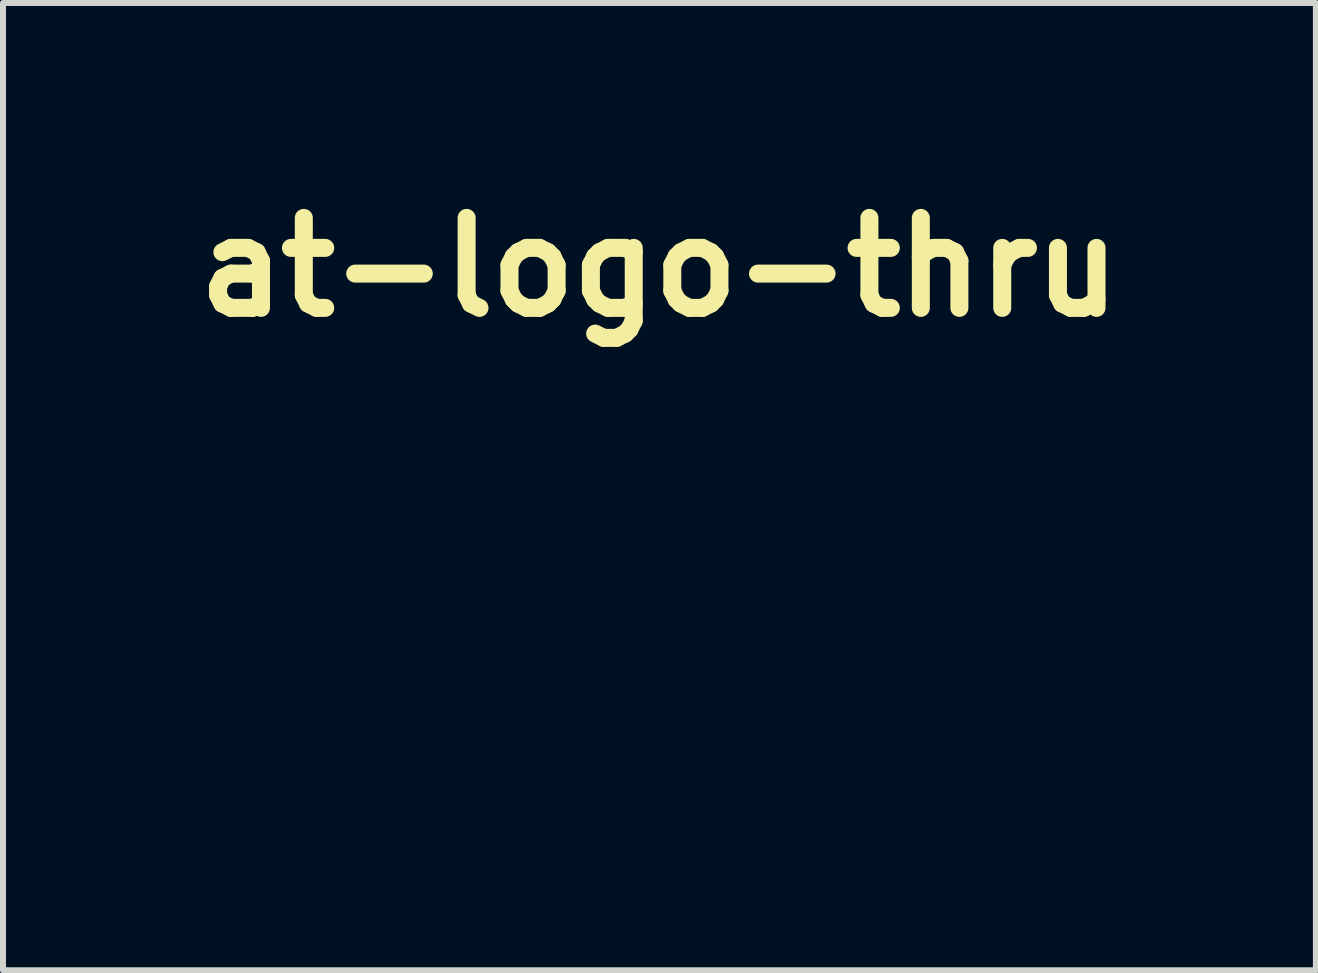
<source format=kicad_pcb>
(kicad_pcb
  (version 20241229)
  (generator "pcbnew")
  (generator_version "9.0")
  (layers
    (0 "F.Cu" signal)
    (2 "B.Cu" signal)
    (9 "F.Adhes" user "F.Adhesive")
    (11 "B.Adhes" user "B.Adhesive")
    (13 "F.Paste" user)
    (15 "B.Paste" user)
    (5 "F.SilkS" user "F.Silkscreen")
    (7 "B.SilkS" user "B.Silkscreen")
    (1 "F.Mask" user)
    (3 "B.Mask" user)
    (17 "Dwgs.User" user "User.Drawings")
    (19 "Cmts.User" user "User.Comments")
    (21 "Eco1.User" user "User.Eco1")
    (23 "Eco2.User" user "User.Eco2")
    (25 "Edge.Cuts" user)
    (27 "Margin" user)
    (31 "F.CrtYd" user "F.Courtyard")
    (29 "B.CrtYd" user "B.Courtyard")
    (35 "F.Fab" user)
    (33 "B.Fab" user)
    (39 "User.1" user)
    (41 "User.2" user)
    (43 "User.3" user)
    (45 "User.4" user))
  (footprint "at-logo-thru"
    (layer "F.Cu")
    (at 7.943 7.304)
    (property "Reference" "at-logo-thru" (at 0 -5.9 0) (layer "F.SilkS") (effects (font (size 1.5 1.5) (thickness 0.3))))
    (attr board_only exclude_from_pos_files exclude_from_bom)
    (fp_poly (pts (xy -3.248 2.165) (xy -3.122 2.198) (xy -3.012 2.258) (xy -2.926 2.342) (xy -2.914 2.359) (xy -2.86 2.44) (xy -3.321 2.44) (xy -3.487 2.439) (xy -3.617 2.437) (xy -3.71 2.432) (xy -3.765 2.426) (xy -3.781 2.42) (xy -3.765 2.382) (xy -3.724 2.333) (xy -3.666 2.28) (xy -3.601 2.232) (xy -3.538 2.197) (xy -3.517 2.189) (xy -3.383 2.161)) (stroke (width 0) (type solid)) (fill yes) (layer "F.Mask"))
    (fp_poly (pts (xy -3.233 1.587) (xy -3.107 1.622) (xy -2.998 1.684) (xy -2.914 1.768) (xy -2.895 1.798) (xy -2.859 1.86) (xy -3.32 1.86) (xy -3.481 1.859) (xy -3.604 1.857) (xy -3.693 1.854) (xy -3.75 1.849) (xy -3.777 1.842) (xy -3.781 1.837) (xy -3.766 1.803) (xy -3.725 1.757) (xy -3.67 1.705) (xy -3.608 1.656) (xy -3.549 1.619) (xy -3.511 1.602) (xy -3.371 1.58)) (stroke (width 0) (type solid)) (fill yes) (layer "F.Mask"))
    (fp_poly (pts (xy -4.289 1.881) (xy -4.174 1.92) (xy -4.077 1.979) (xy -4.005 2.056) (xy -3.991 2.08) (xy -3.96 2.14) (xy -4.421 2.14) (xy -4.568 2.14) (xy -4.68 2.139) (xy -4.761 2.137) (xy -4.816 2.134) (xy -4.849 2.13) (xy -4.864 2.123) (xy -4.867 2.114) (xy -4.863 2.105) (xy -4.819 2.045) (xy -4.754 1.982) (xy -4.683 1.929) (xy -4.651 1.911) (xy -4.536 1.875) (xy -4.413 1.865)) (stroke (width 0) (type solid)) (fill yes) (layer "F.Mask"))
    (fp_poly (pts (xy -2.161 2.001) (xy -2.038 2.003) (xy -1.949 2.006) (xy -1.892 2.011) (xy -1.865 2.018) (xy -1.861 2.023) (xy -1.876 2.057) (xy -1.917 2.103) (xy -1.972 2.155) (xy -2.034 2.204) (xy -2.093 2.241) (xy -2.131 2.258) (xy -2.223 2.274) (xy -2.327 2.278) (xy -2.427 2.271) (xy -2.508 2.253) (xy -2.52 2.248) (xy -2.627 2.188) (xy -2.712 2.112) (xy -2.747 2.062) (xy -2.783 2) (xy -2.322 2)) (stroke (width 0) (type solid)) (fill yes) (layer "F.Mask"))
    (fp_poly (pts (xy -4.264 1.316) (xy -4.233 1.324) (xy -4.184 1.348) (xy -4.124 1.388) (xy -4.062 1.438) (xy -4.008 1.489) (xy -3.972 1.533) (xy -3.961 1.559) (xy -3.981 1.567) (xy -4.04 1.573) (xy -4.139 1.577) (xy -4.278 1.579) (xy -4.422 1.58) (xy -4.575 1.58) (xy -4.691 1.578) (xy -4.775 1.575) (xy -4.83 1.571) (xy -4.861 1.566) (xy -4.87 1.558) (xy -4.869 1.555) (xy -4.785 1.444) (xy -4.677 1.363) (xy -4.551 1.313) (xy -4.411 1.297)) (stroke (width 0) (type solid)) (fill yes) (layer "F.Mask"))
    (fp_poly (pts (xy -4.258 0.736) (xy -4.231 0.742) (xy -4.181 0.765) (xy -4.121 0.806) (xy -4.06 0.856) (xy -4.007 0.907) (xy -3.971 0.952) (xy -3.961 0.977) (xy -3.974 0.985) (xy -4.015 0.991) (xy -4.087 0.996) (xy -4.191 0.998) (xy -4.332 1) (xy -4.422 1) (xy -4.575 1) (xy -4.691 0.998) (xy -4.775 0.995) (xy -4.83 0.991) (xy -4.861 0.986) (xy -4.87 0.978) (xy -4.869 0.975) (xy -4.785 0.864) (xy -4.677 0.783) (xy -4.55 0.733) (xy -4.409 0.717)) (stroke (width 0) (type solid)) (fill yes) (layer "F.Mask"))
    (fp_poly (pts (xy -3.262 1.012) (xy -3.134 1.044) (xy -3.019 1.103) (xy -2.942 1.172) (xy -2.908 1.211) (xy -2.887 1.242) (xy -2.882 1.264) (xy -2.896 1.28) (xy -2.934 1.29) (xy -2.998 1.296) (xy -3.093 1.299) (xy -3.222 1.3) (xy -3.331 1.3) (xy -3.46 1.3) (xy -3.575 1.298) (xy -3.67 1.296) (xy -3.739 1.294) (xy -3.776 1.291) (xy -3.781 1.289) (xy -3.767 1.246) (xy -3.73 1.191) (xy -3.68 1.135) (xy -3.639 1.101) (xy -3.524 1.04) (xy -3.395 1.011)) (stroke (width 0) (type solid)) (fill yes) (layer "F.Mask"))
    (fp_poly (pts (xy -2.146 0.861) (xy -2.018 0.864) (xy -1.927 0.868) (xy -1.875 0.874) (xy -1.861 0.881) (xy -1.874 0.904) (xy -1.909 0.946) (xy -1.949 0.989) (xy -2.052 1.067) (xy -2.175 1.118) (xy -2.306 1.139) (xy -2.434 1.129) (xy -2.461 1.121) (xy -2.591 1.062) (xy -2.698 0.971) (xy -2.698 0.97) (xy -2.735 0.924) (xy -2.758 0.889) (xy -2.761 0.879) (xy -2.742 0.873) (xy -2.685 0.868) (xy -2.596 0.864) (xy -2.476 0.861) (xy -2.329 0.86) (xy -2.311 0.86)) (stroke (width 0) (type solid)) (fill yes) (layer "F.Mask"))
    (fp_poly (pts (xy -1.263 0.577) (xy -1.14 0.623) (xy -1.033 0.699) (xy -1.004 0.73) (xy -0.97 0.77) (xy -0.948 0.801) (xy -0.942 0.824) (xy -0.956 0.84) (xy -0.993 0.85) (xy -1.057 0.856) (xy -1.151 0.859) (xy -1.28 0.86) (xy -1.391 0.86) (xy -1.538 0.86) (xy -1.65 0.859) (xy -1.731 0.856) (xy -1.786 0.853) (xy -1.819 0.847) (xy -1.836 0.84) (xy -1.841 0.83) (xy -1.841 0.829) (xy -1.828 0.8) (xy -1.793 0.754) (xy -1.753 0.71) (xy -1.645 0.63) (xy -1.523 0.581) (xy -1.393 0.563)) (stroke (width 0) (type solid)) (fill yes) (layer "F.Mask"))
    (fp_poly (pts (xy -3.206 0.437) (xy -3.084 0.485) (xy -2.98 0.557) (xy -2.966 0.57) (xy -2.921 0.615) (xy -2.891 0.651) (xy -2.88 0.677) (xy -2.89 0.696) (xy -2.924 0.708) (xy -2.986 0.715) (xy -3.08 0.719) (xy -3.208 0.72) (xy -3.331 0.72) (xy -3.478 0.72) (xy -3.59 0.719) (xy -3.671 0.716) (xy -3.726 0.713) (xy -3.759 0.707) (xy -3.776 0.7) (xy -3.781 0.69) (xy -3.781 0.689) (xy -3.768 0.66) (xy -3.733 0.614) (xy -3.693 0.571) (xy -3.588 0.492) (xy -3.464 0.439) (xy -3.334 0.42) (xy -3.331 0.42)) (stroke (width 0) (type solid)) (fill yes) (layer "F.Mask"))
    (fp_poly (pts (xy -2.182 1.441) (xy -2.067 1.442) (xy -1.972 1.445) (xy -1.903 1.449) (xy -1.866 1.453) (xy -1.861 1.455) (xy -1.876 1.488) (xy -1.913 1.535) (xy -1.965 1.587) (xy -2.021 1.633) (xy -2.068 1.664) (xy -2.155 1.693) (xy -2.263 1.71) (xy -2.376 1.713) (xy -2.477 1.7) (xy -2.489 1.696) (xy -2.538 1.674) (xy -2.598 1.634) (xy -2.659 1.585) (xy -2.713 1.534) (xy -2.75 1.49) (xy -2.761 1.464) (xy -2.75 1.455) (xy -2.714 1.449) (xy -2.649 1.445) (xy -2.554 1.442) (xy -2.424 1.44) (xy -2.311 1.44)) (stroke (width 0) (type solid)) (fill yes) (layer "F.Mask"))
    (fp_poly (pts (xy 1.933 0.998) (xy 2.034 1.049) (xy 2.114 1.133) (xy 2.174 1.249) (xy 2.211 1.394) (xy 2.226 1.556) (xy 2.226 1.637) (xy 2.219 1.7) (xy 2.202 1.759) (xy 2.17 1.832) (xy 2.155 1.865) (xy 2.072 2.013) (xy 1.981 2.129) (xy 1.884 2.213) (xy 1.783 2.262) (xy 1.682 2.275) (xy 1.588 2.252) (xy 1.5 2.193) (xy 1.432 2.102) (xy 1.385 1.979) (xy 1.359 1.821) (xy 1.352 1.65) (xy 1.354 1.539) (xy 1.361 1.456) (xy 1.373 1.389) (xy 1.394 1.325) (xy 1.398 1.313) (xy 1.465 1.182) (xy 1.552 1.081) (xy 1.656 1.014) (xy 1.774 0.983) (xy 1.815 0.98)) (stroke (width 0) (type solid)) (fill yes) (layer "F.Mask"))
    (fp_poly (pts (xy 1.204 0.425) (xy 3.329 0.43) (xy 3.334 1.625) (xy 3.339 2.82) (xy 1.209 2.82) (xy -0.921 2.82) (xy -0.92 2.415) (xy -0.92 2.274) (xy -0.918 2.169) (xy -0.915 2.098) (xy -0.91 2.058) (xy -0.904 2.044) (xy -0.898 2.05) (xy -0.824 2.144) (xy -0.723 2.216) (xy -0.603 2.262) (xy -0.47 2.282) (xy -0.334 2.271) (xy -0.279 2.257) (xy -0.194 2.218) (xy -0.111 2.156) (xy -0.047 2.086) (xy -0.03 2.058) (xy 0 2) (xy -0.921 2) (xy -1.108 2) (xy -1.283 1.999) (xy -1.441 1.997) (xy -1.578 1.995) (xy -1.691 1.992) (xy -1.775 1.989) (xy -1.826 1.986) (xy -1.841 1.983) (xy -1.829 1.955) (xy -1.799 1.911) (xy -1.761 1.864) (xy -1.724 1.826) (xy -1.721 1.824) (xy -1.624 1.765) (xy -1.505 1.73) (xy -1.376 1.719) (xy -1.247 1.735) (xy -1.147 1.769) (xy -1.041 1.837) (xy -0.982 1.902) (xy -0.921 1.986) (xy -0.921 1.72) (xy -0.921 1.454) (xy -0.863 1.534) (xy -0.777 1.622) (xy -0.668 1.679) (xy -0.533 1.707) (xy -0.461 1.71) (xy -0.356 1.7) (xy 1.091 1.7) (xy 1.104 1.902) (xy 1.142 2.076) (xy 1.205 2.221) (xy 1.292 2.336) (xy 1.39 2.412) (xy 1.508 2.461) (xy 1.637 2.482) (xy 1.767 2.476) (xy 1.886 2.441) (xy 1.94 2.412) (xy 2.067 2.306) (xy 2.174 2.173) (xy 2.192 2.145) (xy 2.224 2.096) (xy 2.25 2.065) (xy 2.259 2.06) (xy 2.269 2.078) (xy 2.281 2.125) (xy 2.289 2.175) (xy 2.309 2.292) (xy 2.34 2.374) (xy 2.385 2.427) (xy 2.451 2.456) (xy 2.541 2.465) (xy 2.563 2.465) (xy 2.672 2.45) (xy 2.774 2.409) (xy 2.857 2.35) (xy 2.892 2.308) (xy 2.913 2.27) (xy 2.908 2.243) (xy 2.884 2.216) (xy 2.842 2.175) (xy 2.771 2.219) (xy 2.69 2.252) (xy 2.634 2.256) (xy 2.583 2.238) (xy 2.54 2.194) (xy 2.507 2.119) (xy 2.48 2.011) (xy 2.459 1.867) (xy 2.456 1.837) (xy 2.432 1.605) (xy 2.626 1.245) (xy 2.684 1.134) (xy 2.736 1.032) (xy 2.777 0.947) (xy 2.806 0.882) (xy 2.819 0.846) (xy 2.819 0.843) (xy 2.815 0.819) (xy 2.798 0.806) (xy 2.757 0.801) (xy 2.701 0.8) (xy 2.627 0.804) (xy 2.578 0.816) (xy 2.565 0.825) (xy 2.549 0.853) (xy 2.523 0.909) (xy 2.49 0.984) (xy 2.468 1.035) (xy 2.433 1.112) (xy 2.405 1.174) (xy 2.385 1.212) (xy 2.378 1.22) (xy 2.366 1.203) (xy 2.346 1.159) (xy 2.329 1.115) (xy 2.279 1.017) (xy 2.206 0.925) (xy 2.12 0.851) (xy 2.032 0.804) (xy 2.016 0.799) (xy 1.857 0.775) (xy 1.699 0.787) (xy 1.548 0.833) (xy 1.412 0.911) (xy 1.298 1.018) (xy 1.294 1.024) (xy 1.21 1.144) (xy 1.15 1.271) (xy 1.112 1.413) (xy 1.094 1.579) (xy 1.091 1.7) (xy -0.356 1.7) (xy -0.315 1.696) (xy -0.195 1.653) (xy -0.098 1.581) (xy -0.058 1.532) (xy 0.002 1.45) (xy -0.92 1.445) (xy -1.107 1.444) (xy -1.282 1.442) (xy -1.44 1.44) (xy -1.578 1.438) (xy -1.69 1.436) (xy -1.774 1.433) (xy -1.826 1.431) (xy -1.841 1.429) (xy -1.827 1.388) (xy -1.793 1.335) (xy -1.747 1.281) (xy -1.712 1.249) (xy -1.625 1.199) (xy -1.521 1.161) (xy -1.418 1.141) (xy -1.391 1.14) (xy -1.266 1.157) (xy -1.146 1.203) (xy -1.041 1.274) (xy -0.962 1.362) (xy -0.958 1.369) (xy -0.921 1.43) (xy -0.921 1.15) (xy -0.92 0.87) (xy -0.88 0.933) (xy -0.805 1.015) (xy -0.702 1.081) (xy -0.581 1.123) (xy -0.574 1.124) (xy -0.44 1.136) (xy -0.31 1.116) (xy -0.191 1.067) (xy -0.092 0.994) (xy -0.037 0.925) (xy 0.003 0.86) (xy -0.459 0.86) (xy -0.921 0.86) (xy -0.921 0.64) (xy -0.921 0.42)) (stroke (width 0) (type solid)) (fill yes) (layer "F.Mask"))
    (fp_poly (pts (xy -3.248 2.165) (xy -3.122 2.198) (xy -3.012 2.258) (xy -2.926 2.342) (xy -2.914 2.359) (xy -2.86 2.44) (xy -3.321 2.44) (xy -3.487 2.439) (xy -3.617 2.437) (xy -3.71 2.432) (xy -3.765 2.426) (xy -3.781 2.42) (xy -3.765 2.382) (xy -3.724 2.333) (xy -3.666 2.28) (xy -3.601 2.232) (xy -3.538 2.197) (xy -3.517 2.189) (xy -3.383 2.161)) (stroke (width 0) (type solid)) (fill yes) (layer "B.Mask"))
    (fp_poly (pts (xy -3.233 1.587) (xy -3.107 1.622) (xy -2.998 1.684) (xy -2.914 1.768) (xy -2.895 1.798) (xy -2.859 1.86) (xy -3.32 1.86) (xy -3.481 1.859) (xy -3.604 1.857) (xy -3.693 1.854) (xy -3.75 1.849) (xy -3.777 1.842) (xy -3.781 1.837) (xy -3.766 1.803) (xy -3.725 1.757) (xy -3.67 1.705) (xy -3.608 1.656) (xy -3.549 1.619) (xy -3.511 1.602) (xy -3.371 1.58)) (stroke (width 0) (type solid)) (fill yes) (layer "B.Mask"))
    (fp_poly (pts (xy -4.289 1.881) (xy -4.174 1.92) (xy -4.077 1.979) (xy -4.005 2.056) (xy -3.991 2.08) (xy -3.96 2.14) (xy -4.421 2.14) (xy -4.568 2.14) (xy -4.68 2.139) (xy -4.761 2.137) (xy -4.816 2.134) (xy -4.849 2.13) (xy -4.864 2.123) (xy -4.867 2.114) (xy -4.863 2.105) (xy -4.819 2.045) (xy -4.754 1.982) (xy -4.683 1.929) (xy -4.651 1.911) (xy -4.536 1.875) (xy -4.413 1.865)) (stroke (width 0) (type solid)) (fill yes) (layer "B.Mask"))
    (fp_poly (pts (xy -2.161 2.001) (xy -2.038 2.003) (xy -1.949 2.006) (xy -1.892 2.011) (xy -1.865 2.018) (xy -1.861 2.023) (xy -1.876 2.057) (xy -1.917 2.103) (xy -1.972 2.155) (xy -2.034 2.204) (xy -2.093 2.241) (xy -2.131 2.258) (xy -2.223 2.274) (xy -2.327 2.278) (xy -2.427 2.271) (xy -2.508 2.253) (xy -2.52 2.248) (xy -2.627 2.188) (xy -2.712 2.112) (xy -2.747 2.062) (xy -2.783 2) (xy -2.322 2)) (stroke (width 0) (type solid)) (fill yes) (layer "B.Mask"))
    (fp_poly (pts (xy -4.264 1.316) (xy -4.233 1.324) (xy -4.184 1.348) (xy -4.124 1.388) (xy -4.062 1.438) (xy -4.008 1.489) (xy -3.972 1.533) (xy -3.961 1.559) (xy -3.981 1.567) (xy -4.04 1.573) (xy -4.139 1.577) (xy -4.278 1.579) (xy -4.422 1.58) (xy -4.575 1.58) (xy -4.691 1.578) (xy -4.775 1.575) (xy -4.83 1.571) (xy -4.861 1.566) (xy -4.87 1.558) (xy -4.869 1.555) (xy -4.785 1.444) (xy -4.677 1.363) (xy -4.551 1.313) (xy -4.411 1.297)) (stroke (width 0) (type solid)) (fill yes) (layer "B.Mask"))
    (fp_poly (pts (xy -4.258 0.736) (xy -4.231 0.742) (xy -4.181 0.765) (xy -4.121 0.806) (xy -4.06 0.856) (xy -4.007 0.907) (xy -3.971 0.952) (xy -3.961 0.977) (xy -3.974 0.985) (xy -4.015 0.991) (xy -4.087 0.996) (xy -4.191 0.998) (xy -4.332 1) (xy -4.422 1) (xy -4.575 1) (xy -4.691 0.998) (xy -4.775 0.995) (xy -4.83 0.991) (xy -4.861 0.986) (xy -4.87 0.978) (xy -4.869 0.975) (xy -4.785 0.864) (xy -4.677 0.783) (xy -4.55 0.733) (xy -4.409 0.717)) (stroke (width 0) (type solid)) (fill yes) (layer "B.Mask"))
    (fp_poly (pts (xy -3.262 1.012) (xy -3.134 1.044) (xy -3.019 1.103) (xy -2.942 1.172) (xy -2.908 1.211) (xy -2.887 1.242) (xy -2.882 1.264) (xy -2.896 1.28) (xy -2.934 1.29) (xy -2.998 1.296) (xy -3.093 1.299) (xy -3.222 1.3) (xy -3.331 1.3) (xy -3.46 1.3) (xy -3.575 1.298) (xy -3.67 1.296) (xy -3.739 1.294) (xy -3.776 1.291) (xy -3.781 1.289) (xy -3.767 1.246) (xy -3.73 1.191) (xy -3.68 1.135) (xy -3.639 1.101) (xy -3.524 1.04) (xy -3.395 1.011)) (stroke (width 0) (type solid)) (fill yes) (layer "B.Mask"))
    (fp_poly (pts (xy -2.146 0.861) (xy -2.018 0.864) (xy -1.927 0.868) (xy -1.875 0.874) (xy -1.861 0.881) (xy -1.874 0.904) (xy -1.909 0.946) (xy -1.949 0.989) (xy -2.052 1.067) (xy -2.175 1.118) (xy -2.306 1.139) (xy -2.434 1.129) (xy -2.461 1.121) (xy -2.591 1.062) (xy -2.698 0.971) (xy -2.698 0.97) (xy -2.735 0.924) (xy -2.758 0.889) (xy -2.761 0.879) (xy -2.742 0.873) (xy -2.685 0.868) (xy -2.596 0.864) (xy -2.476 0.861) (xy -2.329 0.86) (xy -2.311 0.86)) (stroke (width 0) (type solid)) (fill yes) (layer "B.Mask"))
    (fp_poly (pts (xy -1.263 0.577) (xy -1.14 0.623) (xy -1.033 0.699) (xy -1.004 0.73) (xy -0.97 0.77) (xy -0.948 0.801) (xy -0.942 0.824) (xy -0.956 0.84) (xy -0.993 0.85) (xy -1.057 0.856) (xy -1.151 0.859) (xy -1.28 0.86) (xy -1.391 0.86) (xy -1.538 0.86) (xy -1.65 0.859) (xy -1.731 0.856) (xy -1.786 0.853) (xy -1.819 0.847) (xy -1.836 0.84) (xy -1.841 0.83) (xy -1.841 0.829) (xy -1.828 0.8) (xy -1.793 0.754) (xy -1.753 0.71) (xy -1.645 0.63) (xy -1.523 0.581) (xy -1.393 0.563)) (stroke (width 0) (type solid)) (fill yes) (layer "B.Mask"))
    (fp_poly (pts (xy -3.206 0.437) (xy -3.084 0.485) (xy -2.98 0.557) (xy -2.966 0.57) (xy -2.921 0.615) (xy -2.891 0.651) (xy -2.88 0.677) (xy -2.89 0.696) (xy -2.924 0.708) (xy -2.986 0.715) (xy -3.08 0.719) (xy -3.208 0.72) (xy -3.331 0.72) (xy -3.478 0.72) (xy -3.59 0.719) (xy -3.671 0.716) (xy -3.726 0.713) (xy -3.759 0.707) (xy -3.776 0.7) (xy -3.781 0.69) (xy -3.781 0.689) (xy -3.768 0.66) (xy -3.733 0.614) (xy -3.693 0.571) (xy -3.588 0.492) (xy -3.464 0.439) (xy -3.334 0.42) (xy -3.331 0.42)) (stroke (width 0) (type solid)) (fill yes) (layer "B.Mask"))
    (fp_poly (pts (xy -2.182 1.441) (xy -2.067 1.442) (xy -1.972 1.445) (xy -1.903 1.449) (xy -1.866 1.453) (xy -1.861 1.455) (xy -1.876 1.488) (xy -1.913 1.535) (xy -1.965 1.587) (xy -2.021 1.633) (xy -2.068 1.664) (xy -2.155 1.693) (xy -2.263 1.71) (xy -2.376 1.713) (xy -2.477 1.7) (xy -2.489 1.696) (xy -2.538 1.674) (xy -2.598 1.634) (xy -2.659 1.585) (xy -2.713 1.534) (xy -2.75 1.49) (xy -2.761 1.464) (xy -2.75 1.455) (xy -2.714 1.449) (xy -2.649 1.445) (xy -2.554 1.442) (xy -2.424 1.44) (xy -2.311 1.44)) (stroke (width 0) (type solid)) (fill yes) (layer "B.Mask"))
    (fp_poly (pts (xy 1.933 0.998) (xy 2.034 1.049) (xy 2.114 1.133) (xy 2.174 1.249) (xy 2.211 1.394) (xy 2.226 1.556) (xy 2.226 1.637) (xy 2.219 1.7) (xy 2.202 1.759) (xy 2.17 1.832) (xy 2.155 1.865) (xy 2.072 2.013) (xy 1.981 2.129) (xy 1.884 2.213) (xy 1.783 2.262) (xy 1.682 2.275) (xy 1.588 2.252) (xy 1.5 2.193) (xy 1.432 2.102) (xy 1.385 1.979) (xy 1.359 1.821) (xy 1.352 1.65) (xy 1.354 1.539) (xy 1.361 1.456) (xy 1.373 1.389) (xy 1.394 1.325) (xy 1.398 1.313) (xy 1.465 1.182) (xy 1.552 1.081) (xy 1.656 1.014) (xy 1.774 0.983) (xy 1.815 0.98)) (stroke (width 0) (type solid)) (fill yes) (layer "B.Mask"))
    (fp_poly (pts (xy 1.204 0.425) (xy 3.329 0.43) (xy 3.334 1.625) (xy 3.339 2.82) (xy 1.209 2.82) (xy -0.921 2.82) (xy -0.92 2.415) (xy -0.92 2.274) (xy -0.918 2.169) (xy -0.915 2.098) (xy -0.91 2.058) (xy -0.904 2.044) (xy -0.898 2.05) (xy -0.824 2.144) (xy -0.723 2.216) (xy -0.603 2.262) (xy -0.47 2.282) (xy -0.334 2.271) (xy -0.279 2.257) (xy -0.194 2.218) (xy -0.111 2.156) (xy -0.047 2.086) (xy -0.03 2.058) (xy 0 2) (xy -0.921 2) (xy -1.108 2) (xy -1.283 1.999) (xy -1.441 1.997) (xy -1.578 1.995) (xy -1.691 1.992) (xy -1.775 1.989) (xy -1.826 1.986) (xy -1.841 1.983) (xy -1.829 1.955) (xy -1.799 1.911) (xy -1.761 1.864) (xy -1.724 1.826) (xy -1.721 1.824) (xy -1.624 1.765) (xy -1.505 1.73) (xy -1.376 1.719) (xy -1.247 1.735) (xy -1.147 1.769) (xy -1.041 1.837) (xy -0.982 1.902) (xy -0.921 1.986) (xy -0.921 1.72) (xy -0.921 1.454) (xy -0.863 1.534) (xy -0.777 1.622) (xy -0.668 1.679) (xy -0.533 1.707) (xy -0.461 1.71) (xy -0.356 1.7) (xy 1.091 1.7) (xy 1.104 1.902) (xy 1.142 2.076) (xy 1.205 2.221) (xy 1.292 2.336) (xy 1.39 2.412) (xy 1.508 2.461) (xy 1.637 2.482) (xy 1.767 2.476) (xy 1.886 2.441) (xy 1.94 2.412) (xy 2.067 2.306) (xy 2.174 2.173) (xy 2.192 2.145) (xy 2.224 2.096) (xy 2.25 2.065) (xy 2.259 2.06) (xy 2.269 2.078) (xy 2.281 2.125) (xy 2.289 2.175) (xy 2.309 2.292) (xy 2.34 2.374) (xy 2.385 2.427) (xy 2.451 2.456) (xy 2.541 2.465) (xy 2.563 2.465) (xy 2.672 2.45) (xy 2.774 2.409) (xy 2.857 2.35) (xy 2.892 2.308) (xy 2.913 2.27) (xy 2.908 2.243) (xy 2.884 2.216) (xy 2.842 2.175) (xy 2.771 2.219) (xy 2.69 2.252) (xy 2.634 2.256) (xy 2.583 2.238) (xy 2.54 2.194) (xy 2.507 2.119) (xy 2.48 2.011) (xy 2.459 1.867) (xy 2.456 1.837) (xy 2.432 1.605) (xy 2.626 1.245) (xy 2.684 1.134) (xy 2.736 1.032) (xy 2.777 0.947) (xy 2.806 0.882) (xy 2.819 0.846) (xy 2.819 0.843) (xy 2.815 0.819) (xy 2.798 0.806) (xy 2.757 0.801) (xy 2.701 0.8) (xy 2.627 0.804) (xy 2.578 0.816) (xy 2.565 0.825) (xy 2.549 0.853) (xy 2.523 0.909) (xy 2.49 0.984) (xy 2.468 1.035) (xy 2.433 1.112) (xy 2.405 1.174) (xy 2.385 1.212) (xy 2.378 1.22) (xy 2.366 1.203) (xy 2.346 1.159) (xy 2.329 1.115) (xy 2.279 1.017) (xy 2.206 0.925) (xy 2.12 0.851) (xy 2.032 0.804) (xy 2.016 0.799) (xy 1.857 0.775) (xy 1.699 0.787) (xy 1.548 0.833) (xy 1.412 0.911) (xy 1.298 1.018) (xy 1.294 1.024) (xy 1.21 1.144) (xy 1.15 1.271) (xy 1.112 1.413) (xy 1.094 1.579) (xy 1.091 1.7) (xy -0.356 1.7) (xy -0.315 1.696) (xy -0.195 1.653) (xy -0.098 1.581) (xy -0.058 1.532) (xy 0.002 1.45) (xy -0.92 1.445) (xy -1.107 1.444) (xy -1.282 1.442) (xy -1.44 1.44) (xy -1.578 1.438) (xy -1.69 1.436) (xy -1.774 1.433) (xy -1.826 1.431) (xy -1.841 1.429) (xy -1.827 1.388) (xy -1.793 1.335) (xy -1.747 1.281) (xy -1.712 1.249) (xy -1.625 1.199) (xy -1.521 1.161) (xy -1.418 1.141) (xy -1.391 1.14) (xy -1.266 1.157) (xy -1.146 1.203) (xy -1.041 1.274) (xy -0.962 1.362) (xy -0.958 1.369) (xy -0.921 1.43) (xy -0.921 1.15) (xy -0.92 0.87) (xy -0.88 0.933) (xy -0.805 1.015) (xy -0.702 1.081) (xy -0.581 1.123) (xy -0.574 1.124) (xy -0.44 1.136) (xy -0.31 1.116) (xy -0.191 1.067) (xy -0.092 0.994) (xy -0.037 0.925) (xy 0.003 0.86) (xy -0.459 0.86) (xy -0.921 0.86) (xy -0.921 0.64) (xy -0.921 0.42)) (stroke (width 0) (type solid)) (fill yes) (layer "B.Mask")))
  (gr_rect
    (start -3 -3)
    (end 18.886 13.124)
    (stroke (width 0.1) (type default))
    (fill no)
    (layer "Edge.Cuts")))
</source>
